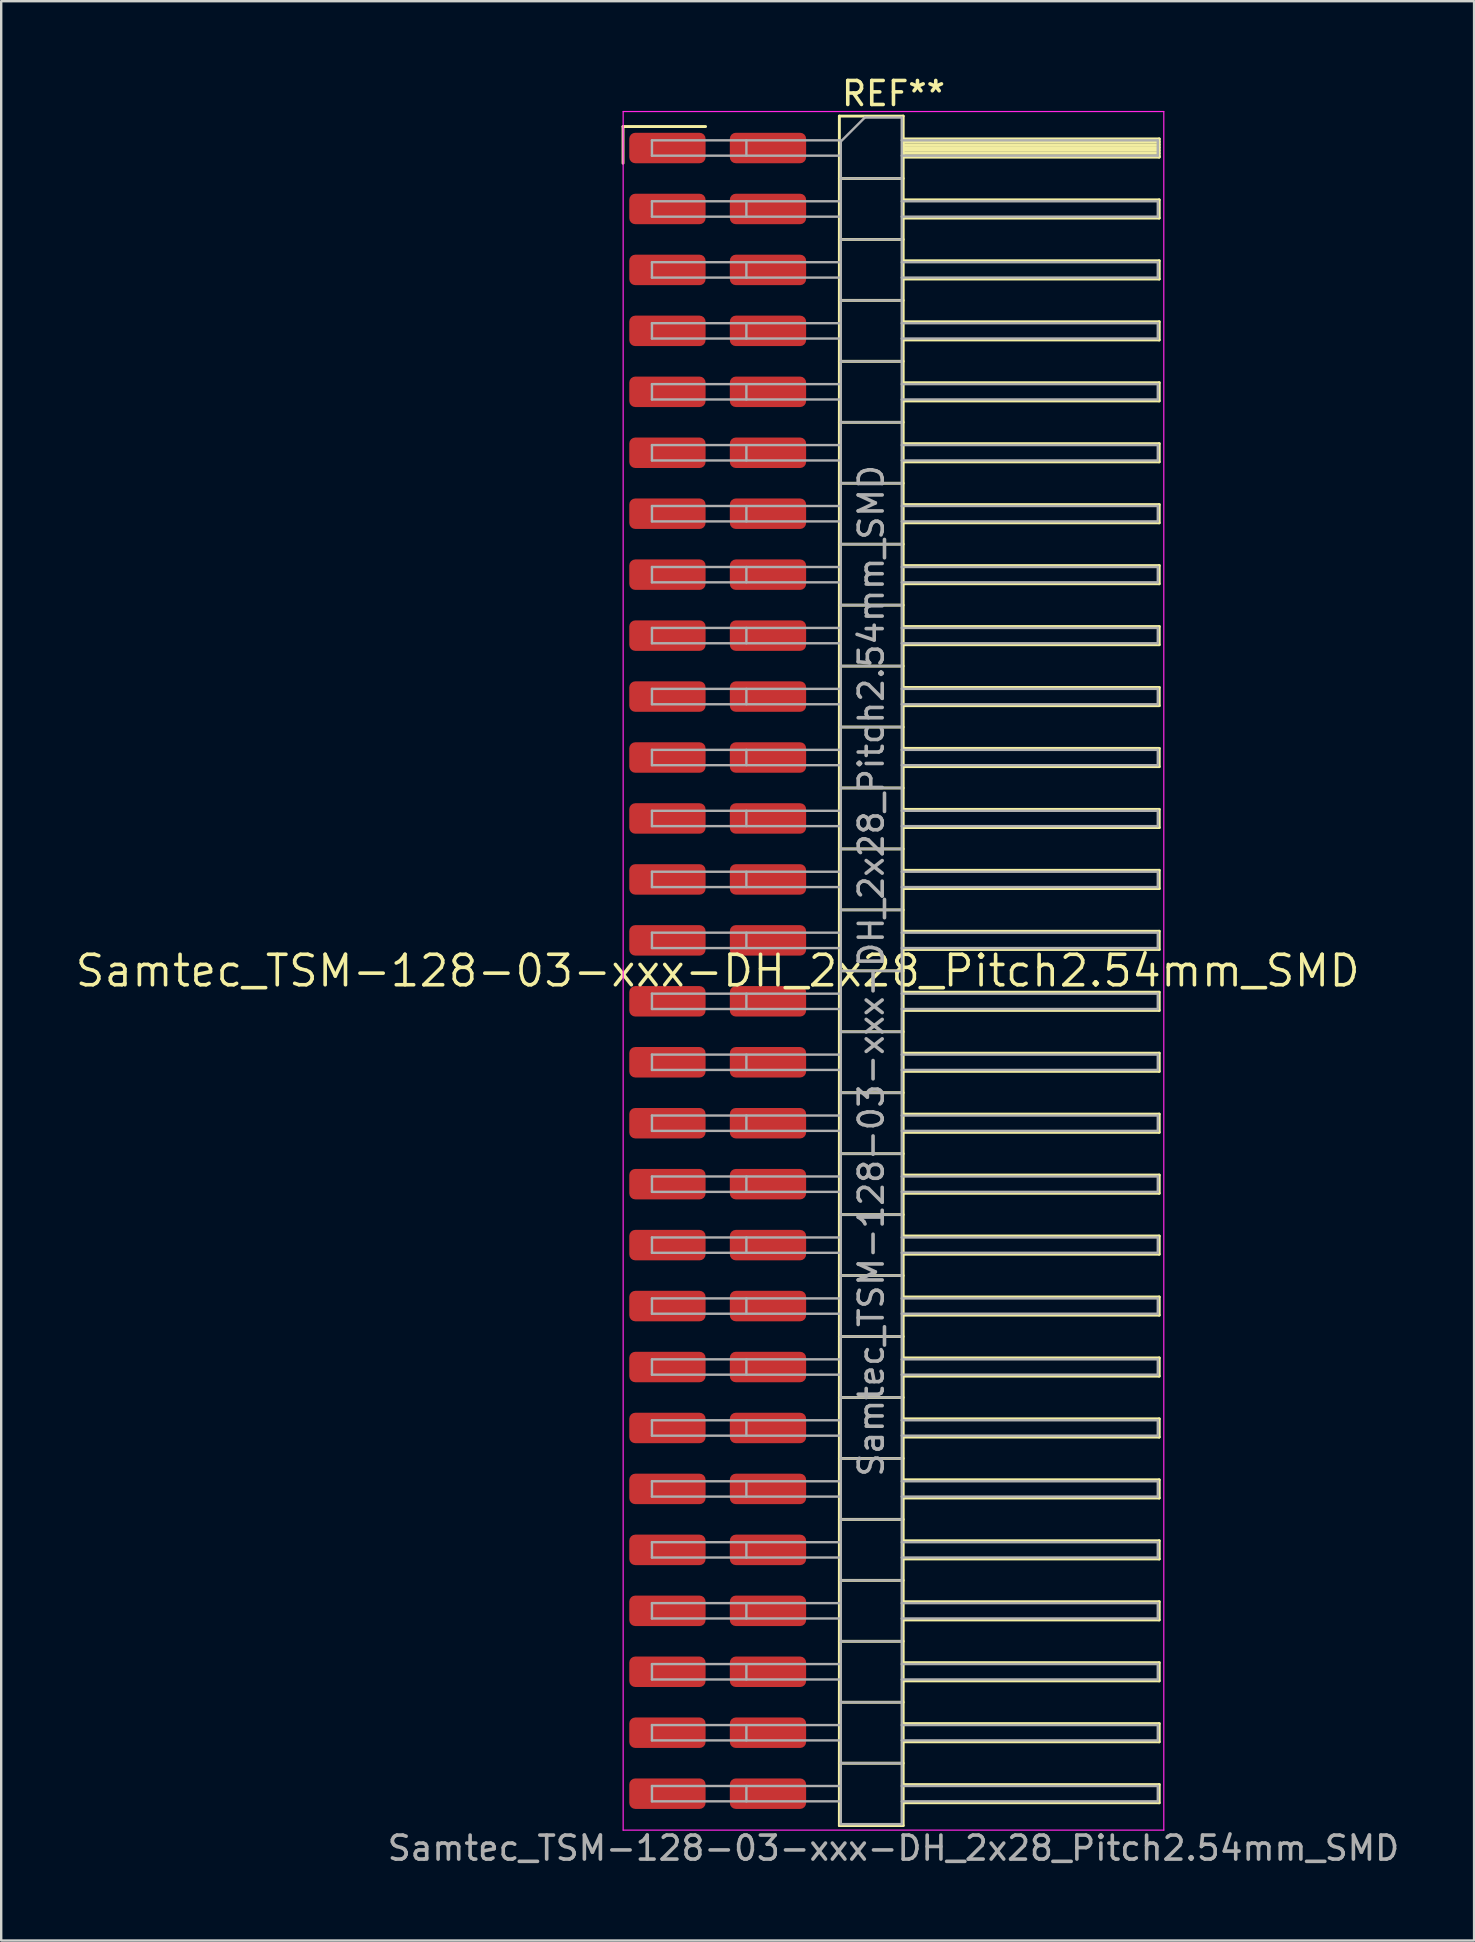
<source format=kicad_pcb>
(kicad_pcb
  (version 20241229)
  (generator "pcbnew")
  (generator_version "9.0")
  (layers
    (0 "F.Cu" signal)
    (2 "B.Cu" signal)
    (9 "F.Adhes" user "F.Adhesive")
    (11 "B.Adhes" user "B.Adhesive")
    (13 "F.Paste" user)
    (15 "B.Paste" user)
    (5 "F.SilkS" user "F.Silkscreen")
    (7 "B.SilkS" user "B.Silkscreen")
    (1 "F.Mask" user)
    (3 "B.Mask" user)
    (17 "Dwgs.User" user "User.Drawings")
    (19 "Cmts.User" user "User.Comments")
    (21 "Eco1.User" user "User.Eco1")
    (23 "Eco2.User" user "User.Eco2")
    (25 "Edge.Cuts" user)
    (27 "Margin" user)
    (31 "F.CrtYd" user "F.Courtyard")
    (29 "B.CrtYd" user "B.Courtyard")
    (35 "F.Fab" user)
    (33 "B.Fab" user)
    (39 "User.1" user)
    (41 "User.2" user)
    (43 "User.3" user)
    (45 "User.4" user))
  (footprint "Samtec_TSM-128-03-xxx-DH_2x28_Pitch2.54mm_SMD"
    (layer "F.Cu")
    (at 26.859 37.408)
    (property "Reference" "Samtec_TSM-128-03-xxx-DH_2x28_Pitch2.54mm_SMD" (at 0 0 0) (layer "F.SilkS") (effects (font (size 1.27 1.27) (thickness 0.15))))
    (attr smd)
    (fp_line (start -3.945 -35.185) (end -0.505 -35.185) (stroke (width 0.12) (type solid)) (layer "F.SilkS"))
    (fp_line (start -3.945 -33.655) (end -3.945 -35.185) (stroke (width 0.12) (type solid)) (layer "F.SilkS"))
    (fp_line (start 5.07 -35.62) (end 7.73 -35.62) (stroke (width 0.12) (type solid)) (layer "F.SilkS"))
    (fp_line (start 5.07 -33.02) (end 7.73 -33.02) (stroke (width 0.12) (type solid)) (layer "F.SilkS"))
    (fp_line (start 5.07 -30.48) (end 7.73 -30.48) (stroke (width 0.12) (type solid)) (layer "F.SilkS"))
    (fp_line (start 5.07 -27.94) (end 7.73 -27.94) (stroke (width 0.12) (type solid)) (layer "F.SilkS"))
    (fp_line (start 5.07 -25.4) (end 7.73 -25.4) (stroke (width 0.12) (type solid)) (layer "F.SilkS"))
    (fp_line (start 5.07 -22.86) (end 7.73 -22.86) (stroke (width 0.12) (type solid)) (layer "F.SilkS"))
    (fp_line (start 5.07 -20.32) (end 7.73 -20.32) (stroke (width 0.12) (type solid)) (layer "F.SilkS"))
    (fp_line (start 5.07 -17.78) (end 7.73 -17.78) (stroke (width 0.12) (type solid)) (layer "F.SilkS"))
    (fp_line (start 5.07 -15.24) (end 7.73 -15.24) (stroke (width 0.12) (type solid)) (layer "F.SilkS"))
    (fp_line (start 5.07 -12.7) (end 7.73 -12.7) (stroke (width 0.12) (type solid)) (layer "F.SilkS"))
    (fp_line (start 5.07 -10.16) (end 7.73 -10.16) (stroke (width 0.12) (type solid)) (layer "F.SilkS"))
    (fp_line (start 5.07 -7.62) (end 7.73 -7.62) (stroke (width 0.12) (type solid)) (layer "F.SilkS"))
    (fp_line (start 5.07 -5.08) (end 7.73 -5.08) (stroke (width 0.12) (type solid)) (layer "F.SilkS"))
    (fp_line (start 5.07 -2.54) (end 7.73 -2.54) (stroke (width 0.12) (type solid)) (layer "F.SilkS"))
    (fp_line (start 5.07 0) (end 7.73 0) (stroke (width 0.12) (type solid)) (layer "F.SilkS"))
    (fp_line (start 5.07 2.54) (end 7.73 2.54) (stroke (width 0.12) (type solid)) (layer "F.SilkS"))
    (fp_line (start 5.07 5.08) (end 7.73 5.08) (stroke (width 0.12) (type solid)) (layer "F.SilkS"))
    (fp_line (start 5.07 7.62) (end 7.73 7.62) (stroke (width 0.12) (type solid)) (layer "F.SilkS"))
    (fp_line (start 5.07 10.16) (end 7.73 10.16) (stroke (width 0.12) (type solid)) (layer "F.SilkS"))
    (fp_line (start 5.07 12.7) (end 7.73 12.7) (stroke (width 0.12) (type solid)) (layer "F.SilkS"))
    (fp_line (start 5.07 15.24) (end 7.73 15.24) (stroke (width 0.12) (type solid)) (layer "F.SilkS"))
    (fp_line (start 5.07 17.78) (end 7.73 17.78) (stroke (width 0.12) (type solid)) (layer "F.SilkS"))
    (fp_line (start 5.07 20.32) (end 7.73 20.32) (stroke (width 0.12) (type solid)) (layer "F.SilkS"))
    (fp_line (start 5.07 22.86) (end 7.73 22.86) (stroke (width 0.12) (type solid)) (layer "F.SilkS"))
    (fp_line (start 5.07 25.4) (end 7.73 25.4) (stroke (width 0.12) (type solid)) (layer "F.SilkS"))
    (fp_line (start 5.07 27.94) (end 7.73 27.94) (stroke (width 0.12) (type solid)) (layer "F.SilkS"))
    (fp_line (start 5.07 30.48) (end 7.73 30.48) (stroke (width 0.12) (type solid)) (layer "F.SilkS"))
    (fp_line (start 5.07 33.02) (end 7.73 33.02) (stroke (width 0.12) (type solid)) (layer "F.SilkS"))
    (fp_line (start 5.07 35.62) (end 5.07 -35.62) (stroke (width 0.12) (type solid)) (layer "F.SilkS"))
    (fp_line (start 7.73 -35.62) (end 7.73 35.62) (stroke (width 0.12) (type solid)) (layer "F.SilkS"))
    (fp_line (start 7.73 -34.67) (end 18.4 -34.67) (stroke (width 0.12) (type solid)) (layer "F.SilkS"))
    (fp_line (start 7.73 -34.55) (end 18.4 -34.55) (stroke (width 0.12) (type solid)) (layer "F.SilkS"))
    (fp_line (start 7.73 -34.43) (end 18.4 -34.43) (stroke (width 0.12) (type solid)) (layer "F.SilkS"))
    (fp_line (start 7.73 -34.31) (end 18.4 -34.31) (stroke (width 0.12) (type solid)) (layer "F.SilkS"))
    (fp_line (start 7.73 -34.19) (end 18.4 -34.19) (stroke (width 0.12) (type solid)) (layer "F.SilkS"))
    (fp_line (start 7.73 -34.07) (end 18.4 -34.07) (stroke (width 0.12) (type solid)) (layer "F.SilkS"))
    (fp_line (start 7.73 -33.95) (end 18.4 -33.95) (stroke (width 0.12) (type solid)) (layer "F.SilkS"))
    (fp_line (start 7.73 -33.91) (end 18.4 -33.91) (stroke (width 0.12) (type solid)) (layer "F.SilkS"))
    (fp_line (start 7.73 -32.13) (end 18.4 -32.13) (stroke (width 0.12) (type solid)) (layer "F.SilkS"))
    (fp_line (start 7.73 -31.37) (end 18.4 -31.37) (stroke (width 0.12) (type solid)) (layer "F.SilkS"))
    (fp_line (start 7.73 -29.59) (end 18.4 -29.59) (stroke (width 0.12) (type solid)) (layer "F.SilkS"))
    (fp_line (start 7.73 -28.83) (end 18.4 -28.83) (stroke (width 0.12) (type solid)) (layer "F.SilkS"))
    (fp_line (start 7.73 -27.05) (end 18.4 -27.05) (stroke (width 0.12) (type solid)) (layer "F.SilkS"))
    (fp_line (start 7.73 -26.29) (end 18.4 -26.29) (stroke (width 0.12) (type solid)) (layer "F.SilkS"))
    (fp_line (start 7.73 -24.51) (end 18.4 -24.51) (stroke (width 0.12) (type solid)) (layer "F.SilkS"))
    (fp_line (start 7.73 -23.75) (end 18.4 -23.75) (stroke (width 0.12) (type solid)) (layer "F.SilkS"))
    (fp_line (start 7.73 -21.97) (end 18.4 -21.97) (stroke (width 0.12) (type solid)) (layer "F.SilkS"))
    (fp_line (start 7.73 -21.21) (end 18.4 -21.21) (stroke (width 0.12) (type solid)) (layer "F.SilkS"))
    (fp_line (start 7.73 -19.43) (end 18.4 -19.43) (stroke (width 0.12) (type solid)) (layer "F.SilkS"))
    (fp_line (start 7.73 -18.67) (end 18.4 -18.67) (stroke (width 0.12) (type solid)) (layer "F.SilkS"))
    (fp_line (start 7.73 -16.89) (end 18.4 -16.89) (stroke (width 0.12) (type solid)) (layer "F.SilkS"))
    (fp_line (start 7.73 -16.13) (end 18.4 -16.13) (stroke (width 0.12) (type solid)) (layer "F.SilkS"))
    (fp_line (start 7.73 -14.35) (end 18.4 -14.35) (stroke (width 0.12) (type solid)) (layer "F.SilkS"))
    (fp_line (start 7.73 -13.59) (end 18.4 -13.59) (stroke (width 0.12) (type solid)) (layer "F.SilkS"))
    (fp_line (start 7.73 -11.81) (end 18.4 -11.81) (stroke (width 0.12) (type solid)) (layer "F.SilkS"))
    (fp_line (start 7.73 -11.05) (end 18.4 -11.05) (stroke (width 0.12) (type solid)) (layer "F.SilkS"))
    (fp_line (start 7.73 -9.27) (end 18.4 -9.27) (stroke (width 0.12) (type solid)) (layer "F.SilkS"))
    (fp_line (start 7.73 -8.51) (end 18.4 -8.51) (stroke (width 0.12) (type solid)) (layer "F.SilkS"))
    (fp_line (start 7.73 -6.73) (end 18.4 -6.73) (stroke (width 0.12) (type solid)) (layer "F.SilkS"))
    (fp_line (start 7.73 -5.97) (end 18.4 -5.97) (stroke (width 0.12) (type solid)) (layer "F.SilkS"))
    (fp_line (start 7.73 -4.19) (end 18.4 -4.19) (stroke (width 0.12) (type solid)) (layer "F.SilkS"))
    (fp_line (start 7.73 -3.43) (end 18.4 -3.43) (stroke (width 0.12) (type solid)) (layer "F.SilkS"))
    (fp_line (start 7.73 -1.65) (end 18.4 -1.65) (stroke (width 0.12) (type solid)) (layer "F.SilkS"))
    (fp_line (start 7.73 -0.89) (end 18.4 -0.89) (stroke (width 0.12) (type solid)) (layer "F.SilkS"))
    (fp_line (start 7.73 0.89) (end 18.4 0.89) (stroke (width 0.12) (type solid)) (layer "F.SilkS"))
    (fp_line (start 7.73 1.65) (end 18.4 1.65) (stroke (width 0.12) (type solid)) (layer "F.SilkS"))
    (fp_line (start 7.73 3.43) (end 18.4 3.43) (stroke (width 0.12) (type solid)) (layer "F.SilkS"))
    (fp_line (start 7.73 4.19) (end 18.4 4.19) (stroke (width 0.12) (type solid)) (layer "F.SilkS"))
    (fp_line (start 7.73 5.97) (end 18.4 5.97) (stroke (width 0.12) (type solid)) (layer "F.SilkS"))
    (fp_line (start 7.73 6.73) (end 18.4 6.73) (stroke (width 0.12) (type solid)) (layer "F.SilkS"))
    (fp_line (start 7.73 8.51) (end 18.4 8.51) (stroke (width 0.12) (type solid)) (layer "F.SilkS"))
    (fp_line (start 7.73 9.27) (end 18.4 9.27) (stroke (width 0.12) (type solid)) (layer "F.SilkS"))
    (fp_line (start 7.73 11.05) (end 18.4 11.05) (stroke (width 0.12) (type solid)) (layer "F.SilkS"))
    (fp_line (start 7.73 11.81) (end 18.4 11.81) (stroke (width 0.12) (type solid)) (layer "F.SilkS"))
    (fp_line (start 7.73 13.59) (end 18.4 13.59) (stroke (width 0.12) (type solid)) (layer "F.SilkS"))
    (fp_line (start 7.73 14.35) (end 18.4 14.35) (stroke (width 0.12) (type solid)) (layer "F.SilkS"))
    (fp_line (start 7.73 16.13) (end 18.4 16.13) (stroke (width 0.12) (type solid)) (layer "F.SilkS"))
    (fp_line (start 7.73 16.89) (end 18.4 16.89) (stroke (width 0.12) (type solid)) (layer "F.SilkS"))
    (fp_line (start 7.73 18.67) (end 18.4 18.67) (stroke (width 0.12) (type solid)) (layer "F.SilkS"))
    (fp_line (start 7.73 19.43) (end 18.4 19.43) (stroke (width 0.12) (type solid)) (layer "F.SilkS"))
    (fp_line (start 7.73 21.21) (end 18.4 21.21) (stroke (width 0.12) (type solid)) (layer "F.SilkS"))
    (fp_line (start 7.73 21.97) (end 18.4 21.97) (stroke (width 0.12) (type solid)) (layer "F.SilkS"))
    (fp_line (start 7.73 23.75) (end 18.4 23.75) (stroke (width 0.12) (type solid)) (layer "F.SilkS"))
    (fp_line (start 7.73 24.51) (end 18.4 24.51) (stroke (width 0.12) (type solid)) (layer "F.SilkS"))
    (fp_line (start 7.73 26.29) (end 18.4 26.29) (stroke (width 0.12) (type solid)) (layer "F.SilkS"))
    (fp_line (start 7.73 27.05) (end 18.4 27.05) (stroke (width 0.12) (type solid)) (layer "F.SilkS"))
    (fp_line (start 7.73 28.83) (end 18.4 28.83) (stroke (width 0.12) (type solid)) (layer "F.SilkS"))
    (fp_line (start 7.73 29.59) (end 18.4 29.59) (stroke (width 0.12) (type solid)) (layer "F.SilkS"))
    (fp_line (start 7.73 31.37) (end 18.4 31.37) (stroke (width 0.12) (type solid)) (layer "F.SilkS"))
    (fp_line (start 7.73 32.13) (end 18.4 32.13) (stroke (width 0.12) (type solid)) (layer "F.SilkS"))
    (fp_line (start 7.73 33.91) (end 18.4 33.91) (stroke (width 0.12) (type solid)) (layer "F.SilkS"))
    (fp_line (start 7.73 34.67) (end 18.4 34.67) (stroke (width 0.12) (type solid)) (layer "F.SilkS"))
    (fp_line (start 7.73 35.62) (end 5.07 35.62) (stroke (width 0.12) (type solid)) (layer "F.SilkS"))
    (fp_line (start 18.4 -34.67) (end 18.4 -33.91) (stroke (width 0.12) (type solid)) (layer "F.SilkS"))
    (fp_line (start 18.4 -32.13) (end 18.4 -31.37) (stroke (width 0.12) (type solid)) (layer "F.SilkS"))
    (fp_line (start 18.4 -29.59) (end 18.4 -28.83) (stroke (width 0.12) (type solid)) (layer "F.SilkS"))
    (fp_line (start 18.4 -27.05) (end 18.4 -26.29) (stroke (width 0.12) (type solid)) (layer "F.SilkS"))
    (fp_line (start 18.4 -24.51) (end 18.4 -23.75) (stroke (width 0.12) (type solid)) (layer "F.SilkS"))
    (fp_line (start 18.4 -21.97) (end 18.4 -21.21) (stroke (width 0.12) (type solid)) (layer "F.SilkS"))
    (fp_line (start 18.4 -19.43) (end 18.4 -18.67) (stroke (width 0.12) (type solid)) (layer "F.SilkS"))
    (fp_line (start 18.4 -16.89) (end 18.4 -16.13) (stroke (width 0.12) (type solid)) (layer "F.SilkS"))
    (fp_line (start 18.4 -14.35) (end 18.4 -13.59) (stroke (width 0.12) (type solid)) (layer "F.SilkS"))
    (fp_line (start 18.4 -11.81) (end 18.4 -11.05) (stroke (width 0.12) (type solid)) (layer "F.SilkS"))
    (fp_line (start 18.4 -9.27) (end 18.4 -8.51) (stroke (width 0.12) (type solid)) (layer "F.SilkS"))
    (fp_line (start 18.4 -6.73) (end 18.4 -5.97) (stroke (width 0.12) (type solid)) (layer "F.SilkS"))
    (fp_line (start 18.4 -4.19) (end 18.4 -3.43) (stroke (width 0.12) (type solid)) (layer "F.SilkS"))
    (fp_line (start 18.4 -1.65) (end 18.4 -0.89) (stroke (width 0.12) (type solid)) (layer "F.SilkS"))
    (fp_line (start 18.4 0.89) (end 18.4 1.65) (stroke (width 0.12) (type solid)) (layer "F.SilkS"))
    (fp_line (start 18.4 3.43) (end 18.4 4.19) (stroke (width 0.12) (type solid)) (layer "F.SilkS"))
    (fp_line (start 18.4 5.97) (end 18.4 6.73) (stroke (width 0.12) (type solid)) (layer "F.SilkS"))
    (fp_line (start 18.4 8.51) (end 18.4 9.27) (stroke (width 0.12) (type solid)) (layer "F.SilkS"))
    (fp_line (start 18.4 11.05) (end 18.4 11.81) (stroke (width 0.12) (type solid)) (layer "F.SilkS"))
    (fp_line (start 18.4 13.59) (end 18.4 14.35) (stroke (width 0.12) (type solid)) (layer "F.SilkS"))
    (fp_line (start 18.4 16.13) (end 18.4 16.89) (stroke (width 0.12) (type solid)) (layer "F.SilkS"))
    (fp_line (start 18.4 18.67) (end 18.4 19.43) (stroke (width 0.12) (type solid)) (layer "F.SilkS"))
    (fp_line (start 18.4 21.21) (end 18.4 21.97) (stroke (width 0.12) (type solid)) (layer "F.SilkS"))
    (fp_line (start 18.4 23.75) (end 18.4 24.51) (stroke (width 0.12) (type solid)) (layer "F.SilkS"))
    (fp_line (start 18.4 26.29) (end 18.4 27.05) (stroke (width 0.12) (type solid)) (layer "F.SilkS"))
    (fp_line (start 18.4 28.83) (end 18.4 29.59) (stroke (width 0.12) (type solid)) (layer "F.SilkS"))
    (fp_line (start 18.4 31.37) (end 18.4 32.13) (stroke (width 0.12) (type solid)) (layer "F.SilkS"))
    (fp_line (start 18.4 33.91) (end 18.4 34.67) (stroke (width 0.12) (type solid)) (layer "F.SilkS"))
    (fp_line (start -3.94 -35.81) (end 18.59 -35.81) (stroke (width 0.05) (type solid)) (layer "F.CrtYd"))
    (fp_line (start -3.94 35.81) (end -3.94 -35.81) (stroke (width 0.05) (type solid)) (layer "F.CrtYd"))
    (fp_line (start 18.59 -35.81) (end 18.59 35.81) (stroke (width 0.05) (type solid)) (layer "F.CrtYd"))
    (fp_line (start 18.59 35.81) (end -3.94 35.81) (stroke (width 0.05) (type solid)) (layer "F.CrtYd"))
    (fp_line (start -2.74 -34.61) (end -2.74 -33.97) (stroke (width 0.1) (type solid)) (layer "F.Fab"))
    (fp_line (start -2.74 -34.61) (end 5.13 -34.61) (stroke (width 0.1) (type solid)) (layer "F.Fab"))
    (fp_line (start -2.74 -33.97) (end 5.13 -33.97) (stroke (width 0.1) (type solid)) (layer "F.Fab"))
    (fp_line (start -2.74 -32.07) (end -2.74 -31.43) (stroke (width 0.1) (type solid)) (layer "F.Fab"))
    (fp_line (start -2.74 -32.07) (end 5.13 -32.07) (stroke (width 0.1) (type solid)) (layer "F.Fab"))
    (fp_line (start -2.74 -31.43) (end 5.13 -31.43) (stroke (width 0.1) (type solid)) (layer "F.Fab"))
    (fp_line (start -2.74 -29.53) (end -2.74 -28.89) (stroke (width 0.1) (type solid)) (layer "F.Fab"))
    (fp_line (start -2.74 -29.53) (end 5.13 -29.53) (stroke (width 0.1) (type solid)) (layer "F.Fab"))
    (fp_line (start -2.74 -28.89) (end 5.13 -28.89) (stroke (width 0.1) (type solid)) (layer "F.Fab"))
    (fp_line (start -2.74 -26.99) (end -2.74 -26.35) (stroke (width 0.1) (type solid)) (layer "F.Fab"))
    (fp_line (start -2.74 -26.99) (end 5.13 -26.99) (stroke (width 0.1) (type solid)) (layer "F.Fab"))
    (fp_line (start -2.74 -26.35) (end 5.13 -26.35) (stroke (width 0.1) (type solid)) (layer "F.Fab"))
    (fp_line (start -2.74 -24.45) (end -2.74 -23.81) (stroke (width 0.1) (type solid)) (layer "F.Fab"))
    (fp_line (start -2.74 -24.45) (end 5.13 -24.45) (stroke (width 0.1) (type solid)) (layer "F.Fab"))
    (fp_line (start -2.74 -23.81) (end 5.13 -23.81) (stroke (width 0.1) (type solid)) (layer "F.Fab"))
    (fp_line (start -2.74 -21.91) (end -2.74 -21.27) (stroke (width 0.1) (type solid)) (layer "F.Fab"))
    (fp_line (start -2.74 -21.91) (end 5.13 -21.91) (stroke (width 0.1) (type solid)) (layer "F.Fab"))
    (fp_line (start -2.74 -21.27) (end 5.13 -21.27) (stroke (width 0.1) (type solid)) (layer "F.Fab"))
    (fp_line (start -2.74 -19.37) (end -2.74 -18.73) (stroke (width 0.1) (type solid)) (layer "F.Fab"))
    (fp_line (start -2.74 -19.37) (end 5.13 -19.37) (stroke (width 0.1) (type solid)) (layer "F.Fab"))
    (fp_line (start -2.74 -18.73) (end 5.13 -18.73) (stroke (width 0.1) (type solid)) (layer "F.Fab"))
    (fp_line (start -2.74 -16.83) (end -2.74 -16.19) (stroke (width 0.1) (type solid)) (layer "F.Fab"))
    (fp_line (start -2.74 -16.83) (end 5.13 -16.83) (stroke (width 0.1) (type solid)) (layer "F.Fab"))
    (fp_line (start -2.74 -16.19) (end 5.13 -16.19) (stroke (width 0.1) (type solid)) (layer "F.Fab"))
    (fp_line (start -2.74 -14.29) (end -2.74 -13.65) (stroke (width 0.1) (type solid)) (layer "F.Fab"))
    (fp_line (start -2.74 -14.29) (end 5.13 -14.29) (stroke (width 0.1) (type solid)) (layer "F.Fab"))
    (fp_line (start -2.74 -13.65) (end 5.13 -13.65) (stroke (width 0.1) (type solid)) (layer "F.Fab"))
    (fp_line (start -2.74 -11.75) (end -2.74 -11.11) (stroke (width 0.1) (type solid)) (layer "F.Fab"))
    (fp_line (start -2.74 -11.75) (end 5.13 -11.75) (stroke (width 0.1) (type solid)) (layer "F.Fab"))
    (fp_line (start -2.74 -11.11) (end 5.13 -11.11) (stroke (width 0.1) (type solid)) (layer "F.Fab"))
    (fp_line (start -2.74 -9.21) (end -2.74 -8.57) (stroke (width 0.1) (type solid)) (layer "F.Fab"))
    (fp_line (start -2.74 -9.21) (end 5.13 -9.21) (stroke (width 0.1) (type solid)) (layer "F.Fab"))
    (fp_line (start -2.74 -8.57) (end 5.13 -8.57) (stroke (width 0.1) (type solid)) (layer "F.Fab"))
    (fp_line (start -2.74 -6.67) (end -2.74 -6.03) (stroke (width 0.1) (type solid)) (layer "F.Fab"))
    (fp_line (start -2.74 -6.67) (end 5.13 -6.67) (stroke (width 0.1) (type solid)) (layer "F.Fab"))
    (fp_line (start -2.74 -6.03) (end 5.13 -6.03) (stroke (width 0.1) (type solid)) (layer "F.Fab"))
    (fp_line (start -2.74 -4.13) (end -2.74 -3.49) (stroke (width 0.1) (type solid)) (layer "F.Fab"))
    (fp_line (start -2.74 -4.13) (end 5.13 -4.13) (stroke (width 0.1) (type solid)) (layer "F.Fab"))
    (fp_line (start -2.74 -3.49) (end 5.13 -3.49) (stroke (width 0.1) (type solid)) (layer "F.Fab"))
    (fp_line (start -2.74 -1.59) (end -2.74 -0.95) (stroke (width 0.1) (type solid)) (layer "F.Fab"))
    (fp_line (start -2.74 -1.59) (end 5.13 -1.59) (stroke (width 0.1) (type solid)) (layer "F.Fab"))
    (fp_line (start -2.74 -0.95) (end 5.13 -0.95) (stroke (width 0.1) (type solid)) (layer "F.Fab"))
    (fp_line (start -2.74 0.95) (end -2.74 1.59) (stroke (width 0.1) (type solid)) (layer "F.Fab"))
    (fp_line (start -2.74 0.95) (end 5.13 0.95) (stroke (width 0.1) (type solid)) (layer "F.Fab"))
    (fp_line (start -2.74 1.59) (end 5.13 1.59) (stroke (width 0.1) (type solid)) (layer "F.Fab"))
    (fp_line (start -2.74 3.49) (end -2.74 4.13) (stroke (width 0.1) (type solid)) (layer "F.Fab"))
    (fp_line (start -2.74 3.49) (end 5.13 3.49) (stroke (width 0.1) (type solid)) (layer "F.Fab"))
    (fp_line (start -2.74 4.13) (end 5.13 4.13) (stroke (width 0.1) (type solid)) (layer "F.Fab"))
    (fp_line (start -2.74 6.03) (end -2.74 6.67) (stroke (width 0.1) (type solid)) (layer "F.Fab"))
    (fp_line (start -2.74 6.03) (end 5.13 6.03) (stroke (width 0.1) (type solid)) (layer "F.Fab"))
    (fp_line (start -2.74 6.67) (end 5.13 6.67) (stroke (width 0.1) (type solid)) (layer "F.Fab"))
    (fp_line (start -2.74 8.57) (end -2.74 9.21) (stroke (width 0.1) (type solid)) (layer "F.Fab"))
    (fp_line (start -2.74 8.57) (end 5.13 8.57) (stroke (width 0.1) (type solid)) (layer "F.Fab"))
    (fp_line (start -2.74 9.21) (end 5.13 9.21) (stroke (width 0.1) (type solid)) (layer "F.Fab"))
    (fp_line (start -2.74 11.11) (end -2.74 11.75) (stroke (width 0.1) (type solid)) (layer "F.Fab"))
    (fp_line (start -2.74 11.11) (end 5.13 11.11) (stroke (width 0.1) (type solid)) (layer "F.Fab"))
    (fp_line (start -2.74 11.75) (end 5.13 11.75) (stroke (width 0.1) (type solid)) (layer "F.Fab"))
    (fp_line (start -2.74 13.65) (end -2.74 14.29) (stroke (width 0.1) (type solid)) (layer "F.Fab"))
    (fp_line (start -2.74 13.65) (end 5.13 13.65) (stroke (width 0.1) (type solid)) (layer "F.Fab"))
    (fp_line (start -2.74 14.29) (end 5.13 14.29) (stroke (width 0.1) (type solid)) (layer "F.Fab"))
    (fp_line (start -2.74 16.19) (end -2.74 16.83) (stroke (width 0.1) (type solid)) (layer "F.Fab"))
    (fp_line (start -2.74 16.19) (end 5.13 16.19) (stroke (width 0.1) (type solid)) (layer "F.Fab"))
    (fp_line (start -2.74 16.83) (end 5.13 16.83) (stroke (width 0.1) (type solid)) (layer "F.Fab"))
    (fp_line (start -2.74 18.73) (end -2.74 19.37) (stroke (width 0.1) (type solid)) (layer "F.Fab"))
    (fp_line (start -2.74 18.73) (end 5.13 18.73) (stroke (width 0.1) (type solid)) (layer "F.Fab"))
    (fp_line (start -2.74 19.37) (end 5.13 19.37) (stroke (width 0.1) (type solid)) (layer "F.Fab"))
    (fp_line (start -2.74 21.27) (end -2.74 21.91) (stroke (width 0.1) (type solid)) (layer "F.Fab"))
    (fp_line (start -2.74 21.27) (end 5.13 21.27) (stroke (width 0.1) (type solid)) (layer "F.Fab"))
    (fp_line (start -2.74 21.91) (end 5.13 21.91) (stroke (width 0.1) (type solid)) (layer "F.Fab"))
    (fp_line (start -2.74 23.81) (end -2.74 24.45) (stroke (width 0.1) (type solid)) (layer "F.Fab"))
    (fp_line (start -2.74 23.81) (end 5.13 23.81) (stroke (width 0.1) (type solid)) (layer "F.Fab"))
    (fp_line (start -2.74 24.45) (end 5.13 24.45) (stroke (width 0.1) (type solid)) (layer "F.Fab"))
    (fp_line (start -2.74 26.35) (end -2.74 26.99) (stroke (width 0.1) (type solid)) (layer "F.Fab"))
    (fp_line (start -2.74 26.35) (end 5.13 26.35) (stroke (width 0.1) (type solid)) (layer "F.Fab"))
    (fp_line (start -2.74 26.99) (end 5.13 26.99) (stroke (width 0.1) (type solid)) (layer "F.Fab"))
    (fp_line (start -2.74 28.89) (end -2.74 29.53) (stroke (width 0.1) (type solid)) (layer "F.Fab"))
    (fp_line (start -2.74 28.89) (end 5.13 28.89) (stroke (width 0.1) (type solid)) (layer "F.Fab"))
    (fp_line (start -2.74 29.53) (end 5.13 29.53) (stroke (width 0.1) (type solid)) (layer "F.Fab"))
    (fp_line (start -2.74 31.43) (end -2.74 32.07) (stroke (width 0.1) (type solid)) (layer "F.Fab"))
    (fp_line (start -2.74 31.43) (end 5.13 31.43) (stroke (width 0.1) (type solid)) (layer "F.Fab"))
    (fp_line (start -2.74 32.07) (end 5.13 32.07) (stroke (width 0.1) (type solid)) (layer "F.Fab"))
    (fp_line (start -2.74 33.97) (end -2.74 34.61) (stroke (width 0.1) (type solid)) (layer "F.Fab"))
    (fp_line (start -2.74 33.97) (end 5.13 33.97) (stroke (width 0.1) (type solid)) (layer "F.Fab"))
    (fp_line (start -2.74 34.61) (end 5.13 34.61) (stroke (width 0.1) (type solid)) (layer "F.Fab"))
    (fp_line (start 1.195 -34.61) (end 1.195 -33.97) (stroke (width 0.1) (type solid)) (layer "F.Fab"))
    (fp_line (start 1.195 -32.07) (end 1.195 -31.43) (stroke (width 0.1) (type solid)) (layer "F.Fab"))
    (fp_line (start 1.195 -29.53) (end 1.195 -28.89) (stroke (width 0.1) (type solid)) (layer "F.Fab"))
    (fp_line (start 1.195 -26.99) (end 1.195 -26.35) (stroke (width 0.1) (type solid)) (layer "F.Fab"))
    (fp_line (start 1.195 -24.45) (end 1.195 -23.81) (stroke (width 0.1) (type solid)) (layer "F.Fab"))
    (fp_line (start 1.195 -21.91) (end 1.195 -21.27) (stroke (width 0.1) (type solid)) (layer "F.Fab"))
    (fp_line (start 1.195 -19.37) (end 1.195 -18.73) (stroke (width 0.1) (type solid)) (layer "F.Fab"))
    (fp_line (start 1.195 -16.83) (end 1.195 -16.19) (stroke (width 0.1) (type solid)) (layer "F.Fab"))
    (fp_line (start 1.195 -14.29) (end 1.195 -13.65) (stroke (width 0.1) (type solid)) (layer "F.Fab"))
    (fp_line (start 1.195 -11.75) (end 1.195 -11.11) (stroke (width 0.1) (type solid)) (layer "F.Fab"))
    (fp_line (start 1.195 -9.21) (end 1.195 -8.57) (stroke (width 0.1) (type solid)) (layer "F.Fab"))
    (fp_line (start 1.195 -6.67) (end 1.195 -6.03) (stroke (width 0.1) (type solid)) (layer "F.Fab"))
    (fp_line (start 1.195 -4.13) (end 1.195 -3.49) (stroke (width 0.1) (type solid)) (layer "F.Fab"))
    (fp_line (start 1.195 -1.59) (end 1.195 -0.95) (stroke (width 0.1) (type solid)) (layer "F.Fab"))
    (fp_line (start 1.195 0.95) (end 1.195 1.59) (stroke (width 0.1) (type solid)) (layer "F.Fab"))
    (fp_line (start 1.195 3.49) (end 1.195 4.13) (stroke (width 0.1) (type solid)) (layer "F.Fab"))
    (fp_line (start 1.195 6.03) (end 1.195 6.67) (stroke (width 0.1) (type solid)) (layer "F.Fab"))
    (fp_line (start 1.195 8.57) (end 1.195 9.21) (stroke (width 0.1) (type solid)) (layer "F.Fab"))
    (fp_line (start 1.195 11.11) (end 1.195 11.75) (stroke (width 0.1) (type solid)) (layer "F.Fab"))
    (fp_line (start 1.195 13.65) (end 1.195 14.29) (stroke (width 0.1) (type solid)) (layer "F.Fab"))
    (fp_line (start 1.195 16.19) (end 1.195 16.83) (stroke (width 0.1) (type solid)) (layer "F.Fab"))
    (fp_line (start 1.195 18.73) (end 1.195 19.37) (stroke (width 0.1) (type solid)) (layer "F.Fab"))
    (fp_line (start 1.195 21.27) (end 1.195 21.91) (stroke (width 0.1) (type solid)) (layer "F.Fab"))
    (fp_line (start 1.195 23.81) (end 1.195 24.45) (stroke (width 0.1) (type solid)) (layer "F.Fab"))
    (fp_line (start 1.195 26.35) (end 1.195 26.99) (stroke (width 0.1) (type solid)) (layer "F.Fab"))
    (fp_line (start 1.195 28.89) (end 1.195 29.53) (stroke (width 0.1) (type solid)) (layer "F.Fab"))
    (fp_line (start 1.195 31.43) (end 1.195 32.07) (stroke (width 0.1) (type solid)) (layer "F.Fab"))
    (fp_line (start 1.195 33.97) (end 1.195 34.61) (stroke (width 0.1) (type solid)) (layer "F.Fab"))
    (fp_line (start 5.13 -34.56) (end 6.13 -35.56) (stroke (width 0.1) (type solid)) (layer "F.Fab"))
    (fp_line (start 5.13 -33.02) (end 7.67 -33.02) (stroke (width 0.1) (type solid)) (layer "F.Fab"))
    (fp_line (start 5.13 -30.48) (end 7.67 -30.48) (stroke (width 0.1) (type solid)) (layer "F.Fab"))
    (fp_line (start 5.13 -27.94) (end 7.67 -27.94) (stroke (width 0.1) (type solid)) (layer "F.Fab"))
    (fp_line (start 5.13 -25.4) (end 7.67 -25.4) (stroke (width 0.1) (type solid)) (layer "F.Fab"))
    (fp_line (start 5.13 -22.86) (end 7.67 -22.86) (stroke (width 0.1) (type solid)) (layer "F.Fab"))
    (fp_line (start 5.13 -20.32) (end 7.67 -20.32) (stroke (width 0.1) (type solid)) (layer "F.Fab"))
    (fp_line (start 5.13 -17.78) (end 7.67 -17.78) (stroke (width 0.1) (type solid)) (layer "F.Fab"))
    (fp_line (start 5.13 -15.24) (end 7.67 -15.24) (stroke (width 0.1) (type solid)) (layer "F.Fab"))
    (fp_line (start 5.13 -12.7) (end 7.67 -12.7) (stroke (width 0.1) (type solid)) (layer "F.Fab"))
    (fp_line (start 5.13 -10.16) (end 7.67 -10.16) (stroke (width 0.1) (type solid)) (layer "F.Fab"))
    (fp_line (start 5.13 -7.62) (end 7.67 -7.62) (stroke (width 0.1) (type solid)) (layer "F.Fab"))
    (fp_line (start 5.13 -5.08) (end 7.67 -5.08) (stroke (width 0.1) (type solid)) (layer "F.Fab"))
    (fp_line (start 5.13 -2.54) (end 7.67 -2.54) (stroke (width 0.1) (type solid)) (layer "F.Fab"))
    (fp_line (start 5.13 0) (end 7.67 0) (stroke (width 0.1) (type solid)) (layer "F.Fab"))
    (fp_line (start 5.13 2.54) (end 7.67 2.54) (stroke (width 0.1) (type solid)) (layer "F.Fab"))
    (fp_line (start 5.13 5.08) (end 7.67 5.08) (stroke (width 0.1) (type solid)) (layer "F.Fab"))
    (fp_line (start 5.13 7.62) (end 7.67 7.62) (stroke (width 0.1) (type solid)) (layer "F.Fab"))
    (fp_line (start 5.13 10.16) (end 7.67 10.16) (stroke (width 0.1) (type solid)) (layer "F.Fab"))
    (fp_line (start 5.13 12.7) (end 7.67 12.7) (stroke (width 0.1) (type solid)) (layer "F.Fab"))
    (fp_line (start 5.13 15.24) (end 7.67 15.24) (stroke (width 0.1) (type solid)) (layer "F.Fab"))
    (fp_line (start 5.13 17.78) (end 7.67 17.78) (stroke (width 0.1) (type solid)) (layer "F.Fab"))
    (fp_line (start 5.13 20.32) (end 7.67 20.32) (stroke (width 0.1) (type solid)) (layer "F.Fab"))
    (fp_line (start 5.13 22.86) (end 7.67 22.86) (stroke (width 0.1) (type solid)) (layer "F.Fab"))
    (fp_line (start 5.13 25.4) (end 7.67 25.4) (stroke (width 0.1) (type solid)) (layer "F.Fab"))
    (fp_line (start 5.13 27.94) (end 7.67 27.94) (stroke (width 0.1) (type solid)) (layer "F.Fab"))
    (fp_line (start 5.13 30.48) (end 7.67 30.48) (stroke (width 0.1) (type solid)) (layer "F.Fab"))
    (fp_line (start 5.13 33.02) (end 7.67 33.02) (stroke (width 0.1) (type solid)) (layer "F.Fab"))
    (fp_line (start 5.13 35.56) (end 5.13 -34.56) (stroke (width 0.1) (type solid)) (layer "F.Fab"))
    (fp_line (start 6.13 -35.56) (end 7.67 -35.56) (stroke (width 0.1) (type solid)) (layer "F.Fab"))
    (fp_line (start 7.67 -35.56) (end 7.67 35.56) (stroke (width 0.1) (type solid)) (layer "F.Fab"))
    (fp_line (start 7.67 -34.61) (end 18.34 -34.61) (stroke (width 0.1) (type solid)) (layer "F.Fab"))
    (fp_line (start 7.67 -33.97) (end 18.34 -33.97) (stroke (width 0.1) (type solid)) (layer "F.Fab"))
    (fp_line (start 7.67 -32.07) (end 18.34 -32.07) (stroke (width 0.1) (type solid)) (layer "F.Fab"))
    (fp_line (start 7.67 -31.43) (end 18.34 -31.43) (stroke (width 0.1) (type solid)) (layer "F.Fab"))
    (fp_line (start 7.67 -29.53) (end 18.34 -29.53) (stroke (width 0.1) (type solid)) (layer "F.Fab"))
    (fp_line (start 7.67 -28.89) (end 18.34 -28.89) (stroke (width 0.1) (type solid)) (layer "F.Fab"))
    (fp_line (start 7.67 -26.99) (end 18.34 -26.99) (stroke (width 0.1) (type solid)) (layer "F.Fab"))
    (fp_line (start 7.67 -26.35) (end 18.34 -26.35) (stroke (width 0.1) (type solid)) (layer "F.Fab"))
    (fp_line (start 7.67 -24.45) (end 18.34 -24.45) (stroke (width 0.1) (type solid)) (layer "F.Fab"))
    (fp_line (start 7.67 -23.81) (end 18.34 -23.81) (stroke (width 0.1) (type solid)) (layer "F.Fab"))
    (fp_line (start 7.67 -21.91) (end 18.34 -21.91) (stroke (width 0.1) (type solid)) (layer "F.Fab"))
    (fp_line (start 7.67 -21.27) (end 18.34 -21.27) (stroke (width 0.1) (type solid)) (layer "F.Fab"))
    (fp_line (start 7.67 -19.37) (end 18.34 -19.37) (stroke (width 0.1) (type solid)) (layer "F.Fab"))
    (fp_line (start 7.67 -18.73) (end 18.34 -18.73) (stroke (width 0.1) (type solid)) (layer "F.Fab"))
    (fp_line (start 7.67 -16.83) (end 18.34 -16.83) (stroke (width 0.1) (type solid)) (layer "F.Fab"))
    (fp_line (start 7.67 -16.19) (end 18.34 -16.19) (stroke (width 0.1) (type solid)) (layer "F.Fab"))
    (fp_line (start 7.67 -14.29) (end 18.34 -14.29) (stroke (width 0.1) (type solid)) (layer "F.Fab"))
    (fp_line (start 7.67 -13.65) (end 18.34 -13.65) (stroke (width 0.1) (type solid)) (layer "F.Fab"))
    (fp_line (start 7.67 -11.75) (end 18.34 -11.75) (stroke (width 0.1) (type solid)) (layer "F.Fab"))
    (fp_line (start 7.67 -11.11) (end 18.34 -11.11) (stroke (width 0.1) (type solid)) (layer "F.Fab"))
    (fp_line (start 7.67 -9.21) (end 18.34 -9.21) (stroke (width 0.1) (type solid)) (layer "F.Fab"))
    (fp_line (start 7.67 -8.57) (end 18.34 -8.57) (stroke (width 0.1) (type solid)) (layer "F.Fab"))
    (fp_line (start 7.67 -6.67) (end 18.34 -6.67) (stroke (width 0.1) (type solid)) (layer "F.Fab"))
    (fp_line (start 7.67 -6.03) (end 18.34 -6.03) (stroke (width 0.1) (type solid)) (layer "F.Fab"))
    (fp_line (start 7.67 -4.13) (end 18.34 -4.13) (stroke (width 0.1) (type solid)) (layer "F.Fab"))
    (fp_line (start 7.67 -3.49) (end 18.34 -3.49) (stroke (width 0.1) (type solid)) (layer "F.Fab"))
    (fp_line (start 7.67 -1.59) (end 18.34 -1.59) (stroke (width 0.1) (type solid)) (layer "F.Fab"))
    (fp_line (start 7.67 -0.95) (end 18.34 -0.95) (stroke (width 0.1) (type solid)) (layer "F.Fab"))
    (fp_line (start 7.67 0.95) (end 18.34 0.95) (stroke (width 0.1) (type solid)) (layer "F.Fab"))
    (fp_line (start 7.67 1.59) (end 18.34 1.59) (stroke (width 0.1) (type solid)) (layer "F.Fab"))
    (fp_line (start 7.67 3.49) (end 18.34 3.49) (stroke (width 0.1) (type solid)) (layer "F.Fab"))
    (fp_line (start 7.67 4.13) (end 18.34 4.13) (stroke (width 0.1) (type solid)) (layer "F.Fab"))
    (fp_line (start 7.67 6.03) (end 18.34 6.03) (stroke (width 0.1) (type solid)) (layer "F.Fab"))
    (fp_line (start 7.67 6.67) (end 18.34 6.67) (stroke (width 0.1) (type solid)) (layer "F.Fab"))
    (fp_line (start 7.67 8.57) (end 18.34 8.57) (stroke (width 0.1) (type solid)) (layer "F.Fab"))
    (fp_line (start 7.67 9.21) (end 18.34 9.21) (stroke (width 0.1) (type solid)) (layer "F.Fab"))
    (fp_line (start 7.67 11.11) (end 18.34 11.11) (stroke (width 0.1) (type solid)) (layer "F.Fab"))
    (fp_line (start 7.67 11.75) (end 18.34 11.75) (stroke (width 0.1) (type solid)) (layer "F.Fab"))
    (fp_line (start 7.67 13.65) (end 18.34 13.65) (stroke (width 0.1) (type solid)) (layer "F.Fab"))
    (fp_line (start 7.67 14.29) (end 18.34 14.29) (stroke (width 0.1) (type solid)) (layer "F.Fab"))
    (fp_line (start 7.67 16.19) (end 18.34 16.19) (stroke (width 0.1) (type solid)) (layer "F.Fab"))
    (fp_line (start 7.67 16.83) (end 18.34 16.83) (stroke (width 0.1) (type solid)) (layer "F.Fab"))
    (fp_line (start 7.67 18.73) (end 18.34 18.73) (stroke (width 0.1) (type solid)) (layer "F.Fab"))
    (fp_line (start 7.67 19.37) (end 18.34 19.37) (stroke (width 0.1) (type solid)) (layer "F.Fab"))
    (fp_line (start 7.67 21.27) (end 18.34 21.27) (stroke (width 0.1) (type solid)) (layer "F.Fab"))
    (fp_line (start 7.67 21.91) (end 18.34 21.91) (stroke (width 0.1) (type solid)) (layer "F.Fab"))
    (fp_line (start 7.67 23.81) (end 18.34 23.81) (stroke (width 0.1) (type solid)) (layer "F.Fab"))
    (fp_line (start 7.67 24.45) (end 18.34 24.45) (stroke (width 0.1) (type solid)) (layer "F.Fab"))
    (fp_line (start 7.67 26.35) (end 18.34 26.35) (stroke (width 0.1) (type solid)) (layer "F.Fab"))
    (fp_line (start 7.67 26.99) (end 18.34 26.99) (stroke (width 0.1) (type solid)) (layer "F.Fab"))
    (fp_line (start 7.67 28.89) (end 18.34 28.89) (stroke (width 0.1) (type solid)) (layer "F.Fab"))
    (fp_line (start 7.67 29.53) (end 18.34 29.53) (stroke (width 0.1) (type solid)) (layer "F.Fab"))
    (fp_line (start 7.67 31.43) (end 18.34 31.43) (stroke (width 0.1) (type solid)) (layer "F.Fab"))
    (fp_line (start 7.67 32.07) (end 18.34 32.07) (stroke (width 0.1) (type solid)) (layer "F.Fab"))
    (fp_line (start 7.67 33.97) (end 18.34 33.97) (stroke (width 0.1) (type solid)) (layer "F.Fab"))
    (fp_line (start 7.67 34.61) (end 18.34 34.61) (stroke (width 0.1) (type solid)) (layer "F.Fab"))
    (fp_line (start 7.67 35.56) (end 5.13 35.56) (stroke (width 0.1) (type solid)) (layer "F.Fab"))
    (fp_line (start 18.34 -34.61) (end 18.34 -33.97) (stroke (width 0.1) (type solid)) (layer "F.Fab"))
    (fp_line (start 18.34 -32.07) (end 18.34 -31.43) (stroke (width 0.1) (type solid)) (layer "F.Fab"))
    (fp_line (start 18.34 -29.53) (end 18.34 -28.89) (stroke (width 0.1) (type solid)) (layer "F.Fab"))
    (fp_line (start 18.34 -26.99) (end 18.34 -26.35) (stroke (width 0.1) (type solid)) (layer "F.Fab"))
    (fp_line (start 18.34 -24.45) (end 18.34 -23.81) (stroke (width 0.1) (type solid)) (layer "F.Fab"))
    (fp_line (start 18.34 -21.91) (end 18.34 -21.27) (stroke (width 0.1) (type solid)) (layer "F.Fab"))
    (fp_line (start 18.34 -19.37) (end 18.34 -18.73) (stroke (width 0.1) (type solid)) (layer "F.Fab"))
    (fp_line (start 18.34 -16.83) (end 18.34 -16.19) (stroke (width 0.1) (type solid)) (layer "F.Fab"))
    (fp_line (start 18.34 -14.29) (end 18.34 -13.65) (stroke (width 0.1) (type solid)) (layer "F.Fab"))
    (fp_line (start 18.34 -11.75) (end 18.34 -11.11) (stroke (width 0.1) (type solid)) (layer "F.Fab"))
    (fp_line (start 18.34 -9.21) (end 18.34 -8.57) (stroke (width 0.1) (type solid)) (layer "F.Fab"))
    (fp_line (start 18.34 -6.67) (end 18.34 -6.03) (stroke (width 0.1) (type solid)) (layer "F.Fab"))
    (fp_line (start 18.34 -4.13) (end 18.34 -3.49) (stroke (width 0.1) (type solid)) (layer "F.Fab"))
    (fp_line (start 18.34 -1.59) (end 18.34 -0.95) (stroke (width 0.1) (type solid)) (layer "F.Fab"))
    (fp_line (start 18.34 0.95) (end 18.34 1.59) (stroke (width 0.1) (type solid)) (layer "F.Fab"))
    (fp_line (start 18.34 3.49) (end 18.34 4.13) (stroke (width 0.1) (type solid)) (layer "F.Fab"))
    (fp_line (start 18.34 6.03) (end 18.34 6.67) (stroke (width 0.1) (type solid)) (layer "F.Fab"))
    (fp_line (start 18.34 8.57) (end 18.34 9.21) (stroke (width 0.1) (type solid)) (layer "F.Fab"))
    (fp_line (start 18.34 11.11) (end 18.34 11.75) (stroke (width 0.1) (type solid)) (layer "F.Fab"))
    (fp_line (start 18.34 13.65) (end 18.34 14.29) (stroke (width 0.1) (type solid)) (layer "F.Fab"))
    (fp_line (start 18.34 16.19) (end 18.34 16.83) (stroke (width 0.1) (type solid)) (layer "F.Fab"))
    (fp_line (start 18.34 18.73) (end 18.34 19.37) (stroke (width 0.1) (type solid)) (layer "F.Fab"))
    (fp_line (start 18.34 21.27) (end 18.34 21.91) (stroke (width 0.1) (type solid)) (layer "F.Fab"))
    (fp_line (start 18.34 23.81) (end 18.34 24.45) (stroke (width 0.1) (type solid)) (layer "F.Fab"))
    (fp_line (start 18.34 26.35) (end 18.34 26.99) (stroke (width 0.1) (type solid)) (layer "F.Fab"))
    (fp_line (start 18.34 28.89) (end 18.34 29.53) (stroke (width 0.1) (type solid)) (layer "F.Fab"))
    (fp_line (start 18.34 31.43) (end 18.34 32.07) (stroke (width 0.1) (type solid)) (layer "F.Fab"))
    (fp_line (start 18.34 33.97) (end 18.34 34.61) (stroke (width 0.1) (type solid)) (layer "F.Fab"))
    (fp_text user "REF**" (at 7.325 -36.56 0) (layer "F.SilkS") (effects (font (size 1 1) (thickness 0.15))))
    (fp_text user "${REFERENCE}" (at 6.4 0 90) (layer "F.Fab") (effects (font (size 1 1) (thickness 0.15))))
    (fp_text user "Samtec_TSM-128-03-xxx-DH_2x28_Pitch2.54mm_SMD" (at 7.325 36.56 0) (layer "F.Fab") (effects (font (size 1 1) (thickness 0.15))))
    (pad "1" smd roundrect (at -2.095 -34.29) (size 3.18 1.27) (layers "F.Cu" "F.Mask" "F.Paste") (roundrect_rratio 0.197))
    (pad "2" smd roundrect (at 2.095 -34.29) (size 3.18 1.27) (layers "F.Cu" "F.Mask" "F.Paste") (roundrect_rratio 0.197))
    (pad "3" smd roundrect (at -2.095 -31.75) (size 3.18 1.27) (layers "F.Cu" "F.Mask" "F.Paste") (roundrect_rratio 0.197))
    (pad "4" smd roundrect (at 2.095 -31.75) (size 3.18 1.27) (layers "F.Cu" "F.Mask" "F.Paste") (roundrect_rratio 0.197))
    (pad "5" smd roundrect (at -2.095 -29.21) (size 3.18 1.27) (layers "F.Cu" "F.Mask" "F.Paste") (roundrect_rratio 0.197))
    (pad "6" smd roundrect (at 2.095 -29.21) (size 3.18 1.27) (layers "F.Cu" "F.Mask" "F.Paste") (roundrect_rratio 0.197))
    (pad "7" smd roundrect (at -2.095 -26.67) (size 3.18 1.27) (layers "F.Cu" "F.Mask" "F.Paste") (roundrect_rratio 0.197))
    (pad "8" smd roundrect (at 2.095 -26.67) (size 3.18 1.27) (layers "F.Cu" "F.Mask" "F.Paste") (roundrect_rratio 0.197))
    (pad "9" smd roundrect (at -2.095 -24.13) (size 3.18 1.27) (layers "F.Cu" "F.Mask" "F.Paste") (roundrect_rratio 0.197))
    (pad "10" smd roundrect (at 2.095 -24.13) (size 3.18 1.27) (layers "F.Cu" "F.Mask" "F.Paste") (roundrect_rratio 0.197))
    (pad "11" smd roundrect (at -2.095 -21.59) (size 3.18 1.27) (layers "F.Cu" "F.Mask" "F.Paste") (roundrect_rratio 0.197))
    (pad "12" smd roundrect (at 2.095 -21.59) (size 3.18 1.27) (layers "F.Cu" "F.Mask" "F.Paste") (roundrect_rratio 0.197))
    (pad "13" smd roundrect (at -2.095 -19.05) (size 3.18 1.27) (layers "F.Cu" "F.Mask" "F.Paste") (roundrect_rratio 0.197))
    (pad "14" smd roundrect (at 2.095 -19.05) (size 3.18 1.27) (layers "F.Cu" "F.Mask" "F.Paste") (roundrect_rratio 0.197))
    (pad "15" smd roundrect (at -2.095 -16.51) (size 3.18 1.27) (layers "F.Cu" "F.Mask" "F.Paste") (roundrect_rratio 0.197))
    (pad "16" smd roundrect (at 2.095 -16.51) (size 3.18 1.27) (layers "F.Cu" "F.Mask" "F.Paste") (roundrect_rratio 0.197))
    (pad "17" smd roundrect (at -2.095 -13.97) (size 3.18 1.27) (layers "F.Cu" "F.Mask" "F.Paste") (roundrect_rratio 0.197))
    (pad "18" smd roundrect (at 2.095 -13.97) (size 3.18 1.27) (layers "F.Cu" "F.Mask" "F.Paste") (roundrect_rratio 0.197))
    (pad "19" smd roundrect (at -2.095 -11.43) (size 3.18 1.27) (layers "F.Cu" "F.Mask" "F.Paste") (roundrect_rratio 0.197))
    (pad "20" smd roundrect (at 2.095 -11.43) (size 3.18 1.27) (layers "F.Cu" "F.Mask" "F.Paste") (roundrect_rratio 0.197))
    (pad "21" smd roundrect (at -2.095 -8.89) (size 3.18 1.27) (layers "F.Cu" "F.Mask" "F.Paste") (roundrect_rratio 0.197))
    (pad "22" smd roundrect (at 2.095 -8.89) (size 3.18 1.27) (layers "F.Cu" "F.Mask" "F.Paste") (roundrect_rratio 0.197))
    (pad "23" smd roundrect (at -2.095 -6.35) (size 3.18 1.27) (layers "F.Cu" "F.Mask" "F.Paste") (roundrect_rratio 0.197))
    (pad "24" smd roundrect (at 2.095 -6.35) (size 3.18 1.27) (layers "F.Cu" "F.Mask" "F.Paste") (roundrect_rratio 0.197))
    (pad "25" smd roundrect (at -2.095 -3.81) (size 3.18 1.27) (layers "F.Cu" "F.Mask" "F.Paste") (roundrect_rratio 0.197))
    (pad "26" smd roundrect (at 2.095 -3.81) (size 3.18 1.27) (layers "F.Cu" "F.Mask" "F.Paste") (roundrect_rratio 0.197))
    (pad "27" smd roundrect (at -2.095 -1.27) (size 3.18 1.27) (layers "F.Cu" "F.Mask" "F.Paste") (roundrect_rratio 0.197))
    (pad "28" smd roundrect (at 2.095 -1.27) (size 3.18 1.27) (layers "F.Cu" "F.Mask" "F.Paste") (roundrect_rratio 0.197))
    (pad "29" smd roundrect (at -2.095 1.27) (size 3.18 1.27) (layers "F.Cu" "F.Mask" "F.Paste") (roundrect_rratio 0.197))
    (pad "30" smd roundrect (at 2.095 1.27) (size 3.18 1.27) (layers "F.Cu" "F.Mask" "F.Paste") (roundrect_rratio 0.197))
    (pad "31" smd roundrect (at -2.095 3.81) (size 3.18 1.27) (layers "F.Cu" "F.Mask" "F.Paste") (roundrect_rratio 0.197))
    (pad "32" smd roundrect (at 2.095 3.81) (size 3.18 1.27) (layers "F.Cu" "F.Mask" "F.Paste") (roundrect_rratio 0.197))
    (pad "33" smd roundrect (at -2.095 6.35) (size 3.18 1.27) (layers "F.Cu" "F.Mask" "F.Paste") (roundrect_rratio 0.197))
    (pad "34" smd roundrect (at 2.095 6.35) (size 3.18 1.27) (layers "F.Cu" "F.Mask" "F.Paste") (roundrect_rratio 0.197))
    (pad "35" smd roundrect (at -2.095 8.89) (size 3.18 1.27) (layers "F.Cu" "F.Mask" "F.Paste") (roundrect_rratio 0.197))
    (pad "36" smd roundrect (at 2.095 8.89) (size 3.18 1.27) (layers "F.Cu" "F.Mask" "F.Paste") (roundrect_rratio 0.197))
    (pad "37" smd roundrect (at -2.095 11.43) (size 3.18 1.27) (layers "F.Cu" "F.Mask" "F.Paste") (roundrect_rratio 0.197))
    (pad "38" smd roundrect (at 2.095 11.43) (size 3.18 1.27) (layers "F.Cu" "F.Mask" "F.Paste") (roundrect_rratio 0.197))
    (pad "39" smd roundrect (at -2.095 13.97) (size 3.18 1.27) (layers "F.Cu" "F.Mask" "F.Paste") (roundrect_rratio 0.197))
    (pad "40" smd roundrect (at 2.095 13.97) (size 3.18 1.27) (layers "F.Cu" "F.Mask" "F.Paste") (roundrect_rratio 0.197))
    (pad "41" smd roundrect (at -2.095 16.51) (size 3.18 1.27) (layers "F.Cu" "F.Mask" "F.Paste") (roundrect_rratio 0.197))
    (pad "42" smd roundrect (at 2.095 16.51) (size 3.18 1.27) (layers "F.Cu" "F.Mask" "F.Paste") (roundrect_rratio 0.197))
    (pad "43" smd roundrect (at -2.095 19.05) (size 3.18 1.27) (layers "F.Cu" "F.Mask" "F.Paste") (roundrect_rratio 0.197))
    (pad "44" smd roundrect (at 2.095 19.05) (size 3.18 1.27) (layers "F.Cu" "F.Mask" "F.Paste") (roundrect_rratio 0.197))
    (pad "45" smd roundrect (at -2.095 21.59) (size 3.18 1.27) (layers "F.Cu" "F.Mask" "F.Paste") (roundrect_rratio 0.197))
    (pad "46" smd roundrect (at 2.095 21.59) (size 3.18 1.27) (layers "F.Cu" "F.Mask" "F.Paste") (roundrect_rratio 0.197))
    (pad "47" smd roundrect (at -2.095 24.13) (size 3.18 1.27) (layers "F.Cu" "F.Mask" "F.Paste") (roundrect_rratio 0.197))
    (pad "48" smd roundrect (at 2.095 24.13) (size 3.18 1.27) (layers "F.Cu" "F.Mask" "F.Paste") (roundrect_rratio 0.197))
    (pad "49" smd roundrect (at -2.095 26.67) (size 3.18 1.27) (layers "F.Cu" "F.Mask" "F.Paste") (roundrect_rratio 0.197))
    (pad "50" smd roundrect (at 2.095 26.67) (size 3.18 1.27) (layers "F.Cu" "F.Mask" "F.Paste") (roundrect_rratio 0.197))
    (pad "51" smd roundrect (at -2.095 29.21) (size 3.18 1.27) (layers "F.Cu" "F.Mask" "F.Paste") (roundrect_rratio 0.197))
    (pad "52" smd roundrect (at 2.095 29.21) (size 3.18 1.27) (layers "F.Cu" "F.Mask" "F.Paste") (roundrect_rratio 0.197))
    (pad "53" smd roundrect (at -2.095 31.75) (size 3.18 1.27) (layers "F.Cu" "F.Mask" "F.Paste") (roundrect_rratio 0.197))
    (pad "54" smd roundrect (at 2.095 31.75) (size 3.18 1.27) (layers "F.Cu" "F.Mask" "F.Paste") (roundrect_rratio 0.197))
    (pad "55" smd roundrect (at -2.095 34.29) (size 3.18 1.27) (layers "F.Cu" "F.Mask" "F.Paste") (roundrect_rratio 0.197))
    (pad "56" smd roundrect (at 2.095 34.29) (size 3.18 1.27) (layers "F.Cu" "F.Mask" "F.Paste") (roundrect_rratio 0.197)))
  (gr_rect
    (start -3 -3)
    (end 58.38 77.817)
    (stroke (width 0.1) (type default))
    (fill no)
    (layer "Edge.Cuts")))
</source>
